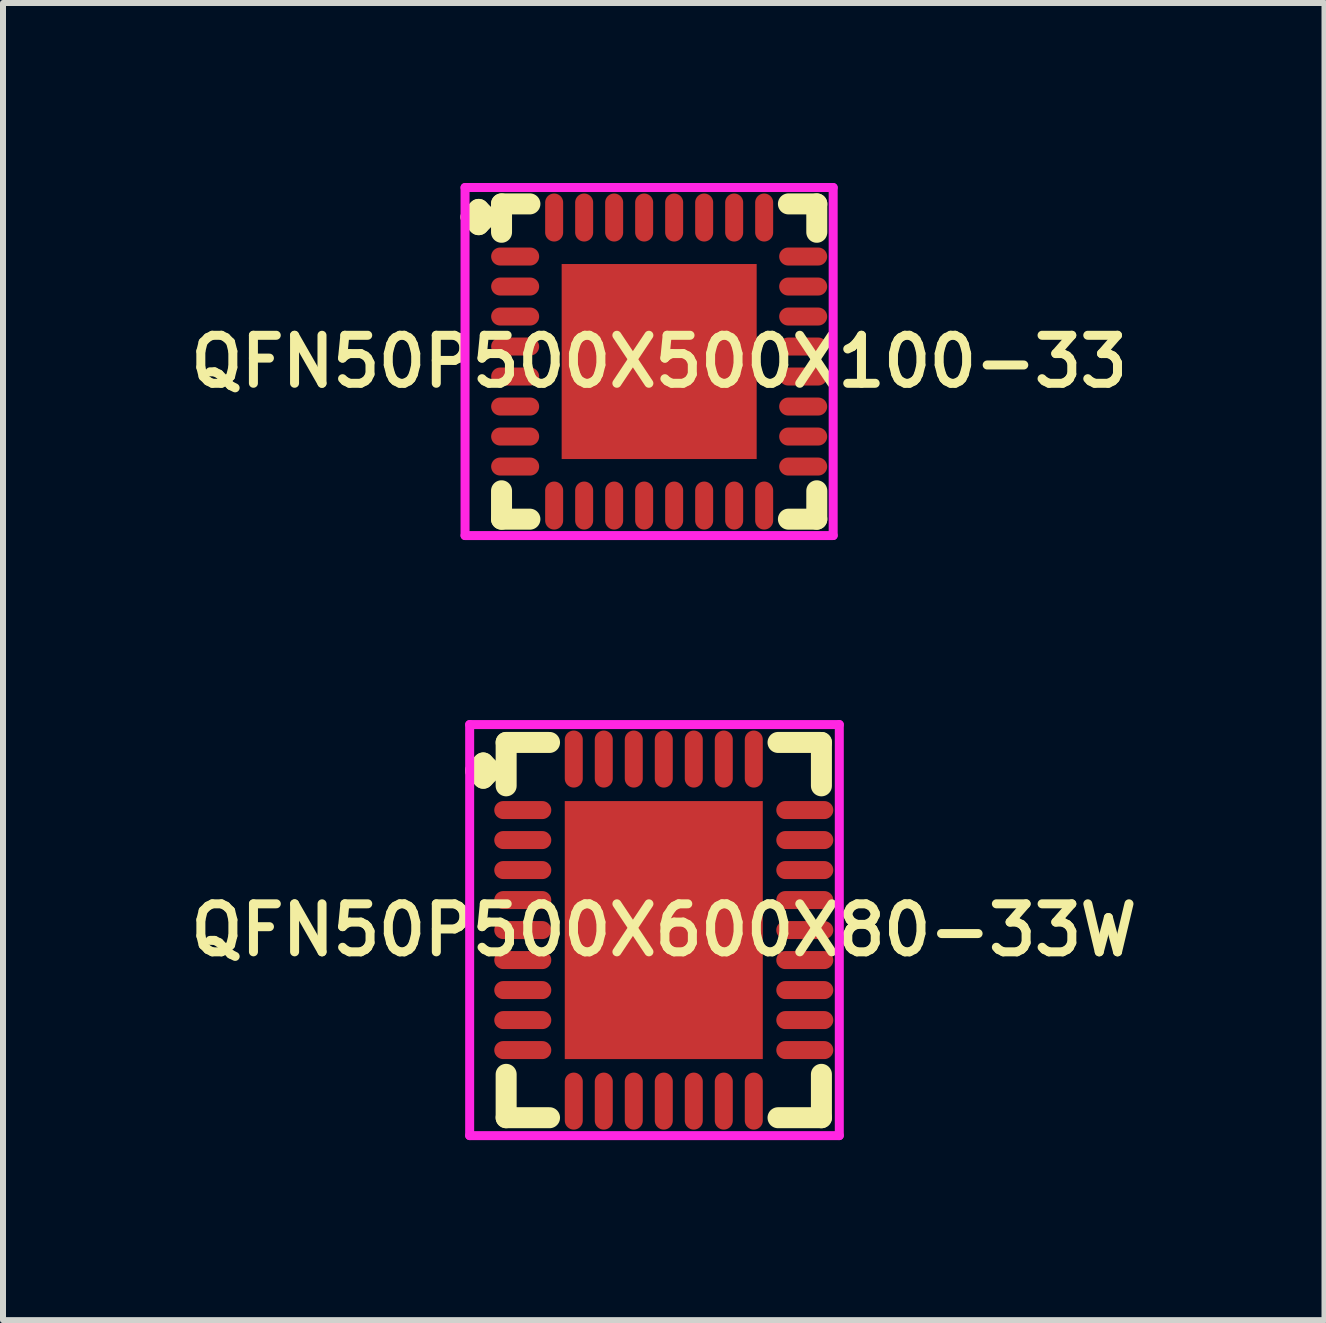
<source format=kicad_pcb>
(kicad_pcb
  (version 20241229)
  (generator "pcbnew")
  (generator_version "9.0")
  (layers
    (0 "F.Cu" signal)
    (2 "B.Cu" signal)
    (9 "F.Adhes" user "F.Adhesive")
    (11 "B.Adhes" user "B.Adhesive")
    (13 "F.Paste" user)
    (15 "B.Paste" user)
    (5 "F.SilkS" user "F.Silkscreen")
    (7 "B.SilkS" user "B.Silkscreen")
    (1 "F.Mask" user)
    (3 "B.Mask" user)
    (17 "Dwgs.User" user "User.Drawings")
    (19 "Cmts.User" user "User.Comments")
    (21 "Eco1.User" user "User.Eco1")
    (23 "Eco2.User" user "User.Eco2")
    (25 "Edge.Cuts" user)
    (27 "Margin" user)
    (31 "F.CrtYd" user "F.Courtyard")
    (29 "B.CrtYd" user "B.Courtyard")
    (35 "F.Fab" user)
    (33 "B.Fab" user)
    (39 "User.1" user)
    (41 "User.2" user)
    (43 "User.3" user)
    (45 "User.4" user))
  (footprint "QFN50P500X600X80-33W"
    (layer "F.Cu")
    (at 8.012 12.45)
    (property "Reference" "QFN50P500X600X80-33W" (at 0 0 0) (layer "F.SilkS") (effects (font (size 0.8 0.8) (thickness 0.15))))
    (attr smd)
    (fp_line (start -3.135 -2.658) (end -3.008 -2.785) (stroke (width 0.35) (type solid)) (layer "F.SilkS"))
    (fp_line (start -3.008 -2.785) (end -2.881 -2.658) (stroke (width 0.35) (type solid)) (layer "F.SilkS"))
    (fp_line (start -3.008 -2.531) (end -3.135 -2.658) (stroke (width 0.35) (type solid)) (layer "F.SilkS"))
    (fp_line (start -2.881 -2.658) (end -3.008 -2.531) (stroke (width 0.35) (type solid)) (layer "F.SilkS"))
    (fp_line (start -2.627 -3.127) (end -1.904 -3.127) (stroke (width 0.35) (type solid)) (layer "F.SilkS"))
    (fp_line (start -2.627 -2.404) (end -2.627 -3.127) (stroke (width 0.35) (type solid)) (layer "F.SilkS"))
    (fp_line (start -2.627 2.404) (end -2.627 3.127) (stroke (width 0.35) (type solid)) (layer "F.SilkS"))
    (fp_line (start -2.627 3.127) (end -1.904 3.127) (stroke (width 0.35) (type solid)) (layer "F.SilkS"))
    (fp_line (start 1.904 -3.127) (end 2.627 -3.127) (stroke (width 0.35) (type solid)) (layer "F.SilkS"))
    (fp_line (start 1.904 3.127) (end 2.627 3.127) (stroke (width 0.35) (type solid)) (layer "F.SilkS"))
    (fp_line (start 2.627 -3.127) (end 2.627 -2.404) (stroke (width 0.35) (type solid)) (layer "F.SilkS"))
    (fp_line (start 2.627 3.127) (end 2.627 2.404) (stroke (width 0.35) (type solid)) (layer "F.SilkS"))
    (fp_line (start -3.235 -3.425) (end 2.925 -3.425) (stroke (width 0.15) (type solid)) (layer "F.CrtYd"))
    (fp_line (start -3.235 3.425) (end -3.235 -3.425) (stroke (width 0.15) (type solid)) (layer "F.CrtYd"))
    (fp_line (start 2.925 -3.425) (end 2.925 3.425) (stroke (width 0.15) (type solid)) (layer "F.CrtYd"))
    (fp_line (start 2.925 3.425) (end -3.235 3.425) (stroke (width 0.15) (type solid)) (layer "F.CrtYd"))
    (pad "1" smd oval (at -2.35 -2) (size 0.95 0.3) (layers "F.Cu" "F.Mask" "F.Paste"))
    (pad "2" smd oval (at -2.35 -1.5) (size 0.95 0.3) (layers "F.Cu" "F.Mask" "F.Paste"))
    (pad "3" smd oval (at -2.35 -1) (size 0.95 0.3) (layers "F.Cu" "F.Mask" "F.Paste"))
    (pad "4" smd oval (at -2.35 -0.5) (size 0.95 0.3) (layers "F.Cu" "F.Mask" "F.Paste"))
    (pad "5" smd oval (at -2.35 0) (size 0.95 0.3) (layers "F.Cu" "F.Mask" "F.Paste"))
    (pad "6" smd oval (at -2.35 0.5) (size 0.95 0.3) (layers "F.Cu" "F.Mask" "F.Paste"))
    (pad "7" smd oval (at -2.35 1) (size 0.95 0.3) (layers "F.Cu" "F.Mask" "F.Paste"))
    (pad "8" smd oval (at -2.35 1.5) (size 0.95 0.3) (layers "F.Cu" "F.Mask" "F.Paste"))
    (pad "9" smd oval (at -2.35 2) (size 0.95 0.3) (layers "F.Cu" "F.Mask" "F.Paste"))
    (pad "10" smd oval (at -1.5 2.85) (size 0.3 0.95) (layers "F.Cu" "F.Mask" "F.Paste"))
    (pad "11" smd oval (at -1 2.85) (size 0.3 0.95) (layers "F.Cu" "F.Mask" "F.Paste"))
    (pad "12" smd oval (at -0.5 2.85) (size 0.3 0.95) (layers "F.Cu" "F.Mask" "F.Paste"))
    (pad "13" smd oval (at 0 2.85) (size 0.3 0.95) (layers "F.Cu" "F.Mask" "F.Paste"))
    (pad "14" smd oval (at 0.5 2.85) (size 0.3 0.95) (layers "F.Cu" "F.Mask" "F.Paste"))
    (pad "15" smd oval (at 1 2.85) (size 0.3 0.95) (layers "F.Cu" "F.Mask" "F.Paste"))
    (pad "16" smd oval (at 1.5 2.85) (size 0.3 0.95) (layers "F.Cu" "F.Mask" "F.Paste"))
    (pad "17" smd oval (at 2.35 2) (size 0.95 0.3) (layers "F.Cu" "F.Mask" "F.Paste"))
    (pad "18" smd oval (at 2.35 1.5) (size 0.95 0.3) (layers "F.Cu" "F.Mask" "F.Paste"))
    (pad "19" smd oval (at 2.35 1) (size 0.95 0.3) (layers "F.Cu" "F.Mask" "F.Paste"))
    (pad "20" smd oval (at 2.35 0.5) (size 0.95 0.3) (layers "F.Cu" "F.Mask" "F.Paste"))
    (pad "21" smd oval (at 2.35 0) (size 0.95 0.3) (layers "F.Cu" "F.Mask" "F.Paste"))
    (pad "22" smd oval (at 2.35 -0.5) (size 0.95 0.3) (layers "F.Cu" "F.Mask" "F.Paste"))
    (pad "23" smd oval (at 2.35 -1) (size 0.95 0.3) (layers "F.Cu" "F.Mask" "F.Paste"))
    (pad "24" smd oval (at 2.35 -1.5) (size 0.95 0.3) (layers "F.Cu" "F.Mask" "F.Paste"))
    (pad "25" smd oval (at 2.35 -2) (size 0.95 0.3) (layers "F.Cu" "F.Mask" "F.Paste"))
    (pad "26" smd oval (at 1.5 -2.85) (size 0.3 0.95) (layers "F.Cu" "F.Mask" "F.Paste"))
    (pad "27" smd oval (at 1 -2.85) (size 0.3 0.95) (layers "F.Cu" "F.Mask" "F.Paste"))
    (pad "28" smd oval (at 0.5 -2.85) (size 0.3 0.95) (layers "F.Cu" "F.Mask" "F.Paste"))
    (pad "29" smd oval (at 0 -2.85) (size 0.3 0.95) (layers "F.Cu" "F.Mask" "F.Paste"))
    (pad "30" smd oval (at -0.5 -2.85) (size 0.3 0.95) (layers "F.Cu" "F.Mask" "F.Paste"))
    (pad "31" smd oval (at -1 -2.85) (size 0.3 0.95) (layers "F.Cu" "F.Mask" "F.Paste"))
    (pad "32" smd oval (at -1.5 -2.85) (size 0.3 0.95) (layers "F.Cu" "F.Mask" "F.Paste"))
    (pad "33" smd rect (at 0 0) (size 3.3 4.3) (layers "F.Cu" "F.Mask" "F.Paste")))
  (footprint "QFN50P500X500X100-33"
    (layer "F.Cu")
    (at 7.935 2.975)
    (property "Reference" "QFN50P500X500X100-33" (at 0 0 0) (layer "F.SilkS") (effects (font (size 0.8 0.8) (thickness 0.15))))
    (attr smd)
    (fp_line (start -3.135 -2.408) (end -3.008 -2.535) (stroke (width 0.35) (type solid)) (layer "F.SilkS"))
    (fp_line (start -3.008 -2.535) (end -2.881 -2.408) (stroke (width 0.35) (type solid)) (layer "F.SilkS"))
    (fp_line (start -3.008 -2.281) (end -3.135 -2.408) (stroke (width 0.35) (type solid)) (layer "F.SilkS"))
    (fp_line (start -2.881 -2.408) (end -3.008 -2.281) (stroke (width 0.35) (type solid)) (layer "F.SilkS"))
    (fp_line (start -2.627 -2.627) (end -2.154 -2.627) (stroke (width 0.35) (type solid)) (layer "F.SilkS"))
    (fp_line (start -2.627 -2.154) (end -2.627 -2.627) (stroke (width 0.35) (type solid)) (layer "F.SilkS"))
    (fp_line (start -2.627 2.154) (end -2.627 2.627) (stroke (width 0.35) (type solid)) (layer "F.SilkS"))
    (fp_line (start -2.627 2.627) (end -2.154 2.627) (stroke (width 0.35) (type solid)) (layer "F.SilkS"))
    (fp_line (start 2.154 -2.627) (end 2.627 -2.627) (stroke (width 0.35) (type solid)) (layer "F.SilkS"))
    (fp_line (start 2.154 2.627) (end 2.627 2.627) (stroke (width 0.35) (type solid)) (layer "F.SilkS"))
    (fp_line (start 2.627 -2.627) (end 2.627 -2.154) (stroke (width 0.35) (type solid)) (layer "F.SilkS"))
    (fp_line (start 2.627 2.627) (end 2.627 2.154) (stroke (width 0.35) (type solid)) (layer "F.SilkS"))
    (fp_line (start -3.235 -2.9) (end 2.9 -2.9) (stroke (width 0.15) (type solid)) (layer "F.CrtYd"))
    (fp_line (start -3.235 2.9) (end -3.235 -2.9) (stroke (width 0.15) (type solid)) (layer "F.CrtYd"))
    (fp_line (start 2.9 -2.9) (end 2.9 2.9) (stroke (width 0.15) (type solid)) (layer "F.CrtYd"))
    (fp_line (start 2.9 2.9) (end -3.235 2.9) (stroke (width 0.15) (type solid)) (layer "F.CrtYd"))
    (pad "1" smd oval (at -2.4 -1.75) (size 0.8 0.3) (layers "F.Cu" "F.Mask" "F.Paste"))
    (pad "2" smd oval (at -2.4 -1.25) (size 0.8 0.3) (layers "F.Cu" "F.Mask" "F.Paste"))
    (pad "3" smd oval (at -2.4 -0.75) (size 0.8 0.3) (layers "F.Cu" "F.Mask" "F.Paste"))
    (pad "4" smd oval (at -2.4 -0.25) (size 0.8 0.3) (layers "F.Cu" "F.Mask" "F.Paste"))
    (pad "5" smd oval (at -2.4 0.25) (size 0.8 0.3) (layers "F.Cu" "F.Mask" "F.Paste"))
    (pad "6" smd oval (at -2.4 0.75) (size 0.8 0.3) (layers "F.Cu" "F.Mask" "F.Paste"))
    (pad "7" smd oval (at -2.4 1.25) (size 0.8 0.3) (layers "F.Cu" "F.Mask" "F.Paste"))
    (pad "8" smd oval (at -2.4 1.75) (size 0.8 0.3) (layers "F.Cu" "F.Mask" "F.Paste"))
    (pad "9" smd oval (at -1.75 2.4) (size 0.3 0.8) (layers "F.Cu" "F.Mask" "F.Paste"))
    (pad "10" smd oval (at -1.25 2.4) (size 0.3 0.8) (layers "F.Cu" "F.Mask" "F.Paste"))
    (pad "11" smd oval (at -0.75 2.4) (size 0.3 0.8) (layers "F.Cu" "F.Mask" "F.Paste"))
    (pad "12" smd oval (at -0.25 2.4) (size 0.3 0.8) (layers "F.Cu" "F.Mask" "F.Paste"))
    (pad "13" smd oval (at 0.25 2.4) (size 0.3 0.8) (layers "F.Cu" "F.Mask" "F.Paste"))
    (pad "14" smd oval (at 0.75 2.4) (size 0.3 0.8) (layers "F.Cu" "F.Mask" "F.Paste"))
    (pad "15" smd oval (at 1.25 2.4) (size 0.3 0.8) (layers "F.Cu" "F.Mask" "F.Paste"))
    (pad "16" smd oval (at 1.75 2.4) (size 0.3 0.8) (layers "F.Cu" "F.Mask" "F.Paste"))
    (pad "17" smd oval (at 2.4 1.75) (size 0.8 0.3) (layers "F.Cu" "F.Mask" "F.Paste"))
    (pad "18" smd oval (at 2.4 1.25) (size 0.8 0.3) (layers "F.Cu" "F.Mask" "F.Paste"))
    (pad "19" smd oval (at 2.4 0.75) (size 0.8 0.3) (layers "F.Cu" "F.Mask" "F.Paste"))
    (pad "20" smd oval (at 2.4 0.25) (size 0.8 0.3) (layers "F.Cu" "F.Mask" "F.Paste"))
    (pad "21" smd oval (at 2.4 -0.25) (size 0.8 0.3) (layers "F.Cu" "F.Mask" "F.Paste"))
    (pad "22" smd oval (at 2.4 -0.75) (size 0.8 0.3) (layers "F.Cu" "F.Mask" "F.Paste"))
    (pad "23" smd oval (at 2.4 -1.25) (size 0.8 0.3) (layers "F.Cu" "F.Mask" "F.Paste"))
    (pad "24" smd oval (at 2.4 -1.75) (size 0.8 0.3) (layers "F.Cu" "F.Mask" "F.Paste"))
    (pad "25" smd oval (at 1.75 -2.4) (size 0.3 0.8) (layers "F.Cu" "F.Mask" "F.Paste"))
    (pad "26" smd oval (at 1.25 -2.4) (size 0.3 0.8) (layers "F.Cu" "F.Mask" "F.Paste"))
    (pad "27" smd oval (at 0.75 -2.4) (size 0.3 0.8) (layers "F.Cu" "F.Mask" "F.Paste"))
    (pad "28" smd oval (at 0.25 -2.4) (size 0.3 0.8) (layers "F.Cu" "F.Mask" "F.Paste"))
    (pad "29" smd oval (at -0.25 -2.4) (size 0.3 0.8) (layers "F.Cu" "F.Mask" "F.Paste"))
    (pad "30" smd oval (at -0.75 -2.4) (size 0.3 0.8) (layers "F.Cu" "F.Mask" "F.Paste"))
    (pad "31" smd oval (at -1.25 -2.4) (size 0.3 0.8) (layers "F.Cu" "F.Mask" "F.Paste"))
    (pad "32" smd oval (at -1.75 -2.4) (size 0.3 0.8) (layers "F.Cu" "F.Mask" "F.Paste"))
    (pad "33" smd rect (at 0 0) (size 3.25 3.25) (layers "F.Cu" "F.Mask" "F.Paste")))
  (gr_rect
    (start -3 -3)
    (end 19.023 18.95)
    (stroke (width 0.1) (type default))
    (fill no)
    (layer "Edge.Cuts")))
</source>
